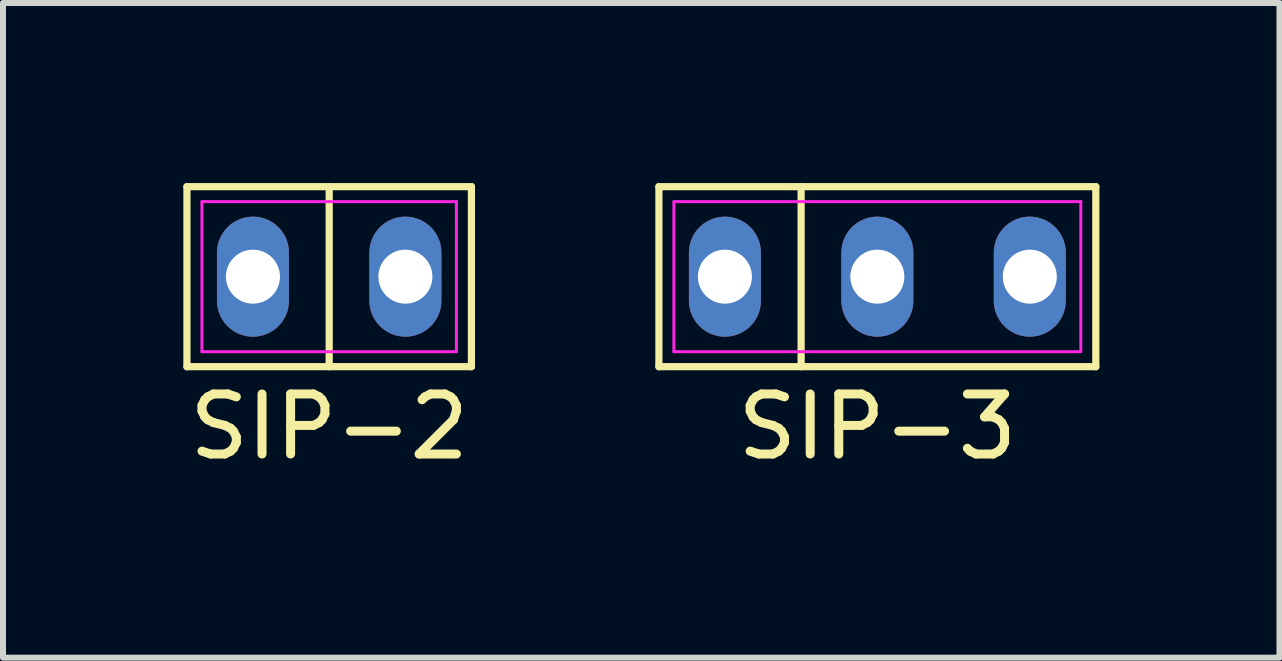
<source format=kicad_pcb>
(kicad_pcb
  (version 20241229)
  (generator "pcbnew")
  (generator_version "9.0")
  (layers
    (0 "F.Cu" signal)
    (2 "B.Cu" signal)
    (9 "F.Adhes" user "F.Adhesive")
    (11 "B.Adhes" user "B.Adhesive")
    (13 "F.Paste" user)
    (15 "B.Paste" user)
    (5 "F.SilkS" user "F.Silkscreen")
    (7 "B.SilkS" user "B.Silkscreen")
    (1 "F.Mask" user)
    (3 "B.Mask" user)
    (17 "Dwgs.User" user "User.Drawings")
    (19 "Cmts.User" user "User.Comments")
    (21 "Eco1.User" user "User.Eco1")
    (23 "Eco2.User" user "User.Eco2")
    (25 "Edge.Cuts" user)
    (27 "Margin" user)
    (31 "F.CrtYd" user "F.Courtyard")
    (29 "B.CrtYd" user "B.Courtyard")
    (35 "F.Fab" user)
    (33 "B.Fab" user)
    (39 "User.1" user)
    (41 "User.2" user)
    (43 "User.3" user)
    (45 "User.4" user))
  (footprint "SIP-3"
    (layer "F.Cu")
    (at 11.569 1.56)
    (property "Reference" "SIP-3" (at 0 2.5 0) (layer "F.SilkS") (effects (font (size 1 1) (thickness 0.15))))
    (fp_line (start -3.64 -1.5) (end 3.64 -1.5) (stroke (width 0.12) (type solid)) (layer "F.SilkS"))
    (fp_line (start -3.64 1.5) (end -3.64 -1.5) (stroke (width 0.12) (type solid)) (layer "F.SilkS"))
    (fp_line (start -1.27 -1.5) (end -1.27 1.5) (stroke (width 0.12) (type solid)) (layer "F.SilkS"))
    (fp_line (start 3.64 -1.5) (end 3.64 1.5) (stroke (width 0.12) (type solid)) (layer "F.SilkS"))
    (fp_line (start 3.64 1.5) (end -3.64 1.5) (stroke (width 0.12) (type solid)) (layer "F.SilkS"))
    (fp_line (start -3.39 -1.25) (end 3.39 -1.25) (stroke (width 0.05) (type solid)) (layer "F.CrtYd"))
    (fp_line (start -3.39 1.25) (end -3.39 -1.25) (stroke (width 0.05) (type solid)) (layer "F.CrtYd"))
    (fp_line (start 3.39 -1.25) (end 3.39 1.25) (stroke (width 0.05) (type solid)) (layer "F.CrtYd"))
    (fp_line (start 3.39 1.25) (end -3.39 1.25) (stroke (width 0.05) (type solid)) (layer "F.CrtYd"))
    (pad "1" thru_hole oval (at -2.54 0) (size 1.2 2) (drill 0.9) (layers "*.Cu" "*.Mask"))
    (pad "2" thru_hole oval (at 0 0) (size 1.2 2) (drill 0.9) (layers "*.Cu" "*.Mask"))
    (pad "3" thru_hole oval (at 2.54 0) (size 1.2 2) (drill 0.9) (layers "*.Cu" "*.Mask")))
  (footprint "SIP-2"
    (layer "F.Cu")
    (at 2.435 1.56)
    (property "Reference" "SIP-2" (at 0 2.5 0) (layer "F.SilkS") (effects (font (size 1 1) (thickness 0.15))))
    (fp_line (start -2.37 -1.5) (end 2.37 -1.5) (stroke (width 0.12) (type solid)) (layer "F.SilkS"))
    (fp_line (start -2.37 1.5) (end -2.37 -1.5) (stroke (width 0.12) (type solid)) (layer "F.SilkS"))
    (fp_line (start 0 -1.5) (end 0 1.5) (stroke (width 0.12) (type solid)) (layer "F.SilkS"))
    (fp_line (start 2.37 -1.5) (end 2.37 1.5) (stroke (width 0.12) (type solid)) (layer "F.SilkS"))
    (fp_line (start 2.37 1.5) (end -2.37 1.5) (stroke (width 0.12) (type solid)) (layer "F.SilkS"))
    (fp_line (start -2.12 -1.25) (end 2.12 -1.25) (stroke (width 0.05) (type solid)) (layer "F.CrtYd"))
    (fp_line (start -2.12 1.25) (end -2.12 -1.25) (stroke (width 0.05) (type solid)) (layer "F.CrtYd"))
    (fp_line (start 2.12 -1.25) (end 2.12 1.25) (stroke (width 0.05) (type solid)) (layer "F.CrtYd"))
    (fp_line (start 2.12 1.25) (end -2.12 1.25) (stroke (width 0.05) (type solid)) (layer "F.CrtYd"))
    (pad "1" thru_hole oval (at -1.27 0) (size 1.2 2) (drill 0.9) (layers "*.Cu" "*.Mask"))
    (pad "2" thru_hole oval (at 1.27 0) (size 1.2 2) (drill 0.9) (layers "*.Cu" "*.Mask")))
  (gr_rect
    (start -3 -3)
    (end 18.269 7.908)
    (stroke (width 0.1) (type default))
    (fill no)
    (layer "Edge.Cuts")))
</source>
